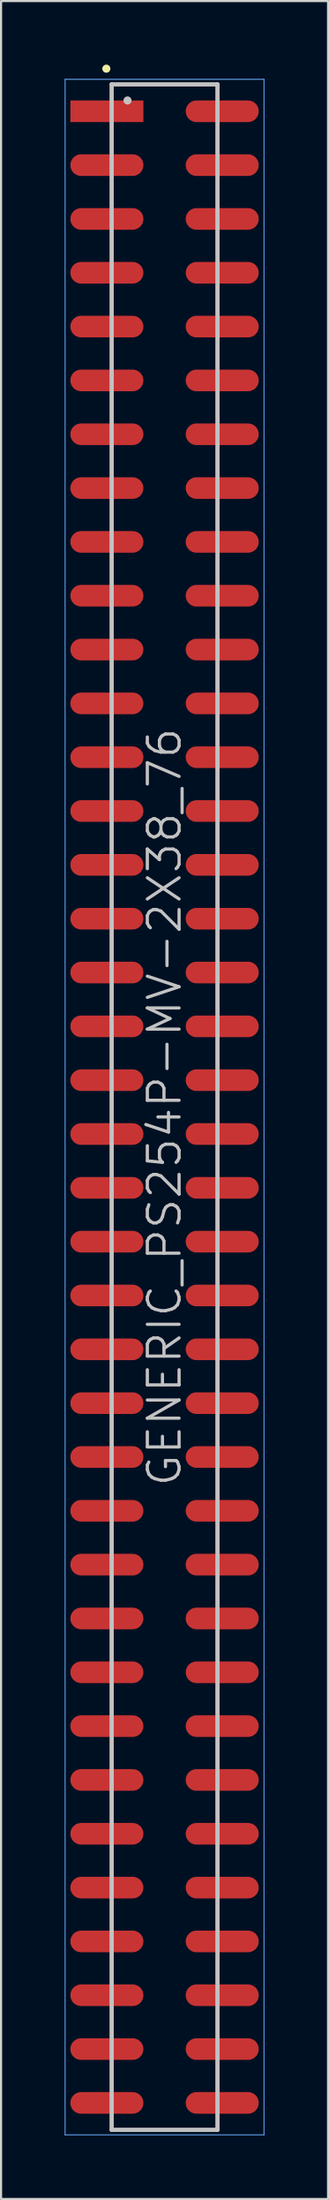
<source format=kicad_pcb>
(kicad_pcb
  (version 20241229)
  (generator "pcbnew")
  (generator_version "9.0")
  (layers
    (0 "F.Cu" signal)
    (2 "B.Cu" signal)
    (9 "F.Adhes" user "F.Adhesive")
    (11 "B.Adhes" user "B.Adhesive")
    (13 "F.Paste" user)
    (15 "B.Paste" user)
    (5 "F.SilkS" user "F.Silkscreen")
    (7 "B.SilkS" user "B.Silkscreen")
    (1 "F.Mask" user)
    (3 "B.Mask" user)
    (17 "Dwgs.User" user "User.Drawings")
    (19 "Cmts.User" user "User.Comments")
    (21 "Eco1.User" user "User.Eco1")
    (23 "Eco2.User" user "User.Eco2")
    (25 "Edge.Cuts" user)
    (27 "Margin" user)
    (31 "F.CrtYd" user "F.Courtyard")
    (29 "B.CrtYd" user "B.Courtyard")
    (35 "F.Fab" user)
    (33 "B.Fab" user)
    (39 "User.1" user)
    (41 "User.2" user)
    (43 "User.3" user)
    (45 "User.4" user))
  (footprint "GENERIC_PS254P-MV-2X38_76"
    (layer "F.Cu")
    (at 4.725 49.191)
    (property "Reference" "GENERIC_PS254P-MV-2X38_76" (at 0 0 90) (layer "Dwgs.User") (effects (font (size 1.5 1.5) (thickness 0.15))))
    (attr smd)
    (fp_line (start -2.75 -49) (end -2.75 -49) (stroke (width 0.381) (type solid)) (layer "F.SilkS"))
    (fp_line (start -2.5 -48.26) (end -2.5 48.26) (stroke (width 0.2) (type solid)) (layer "Dwgs.User"))
    (fp_line (start -2.5 -48.26) (end 2.5 -48.26) (stroke (width 0.2) (type solid)) (layer "Dwgs.User"))
    (fp_line (start -2.5 48.26) (end 2.5 48.26) (stroke (width 0.2) (type solid)) (layer "Dwgs.User"))
    (fp_line (start -1.75 -47.5) (end -1.75 -47.5) (stroke (width 0.381) (type solid)) (layer "Dwgs.User"))
    (fp_line (start 2.5 -48.26) (end 2.5 48.26) (stroke (width 0.2) (type solid)) (layer "Dwgs.User"))
    (fp_line (start -4.7 -48.5) (end -4.7 48.5) (stroke (width 0.05) (type solid)) (layer "Cmts.User"))
    (fp_line (start -4.7 -48.5) (end 4.7 -48.5) (stroke (width 0.05) (type solid)) (layer "Cmts.User"))
    (fp_line (start -4.7 48.5) (end 4.7 48.5) (stroke (width 0.05) (type solid)) (layer "Cmts.User"))
    (fp_line (start 4.7 -48.5) (end 4.7 48.5) (stroke (width 0.05) (type solid)) (layer "Cmts.User"))
    (pad "1" smd rect (at -2.725 -46.99 270) (size 1.02 3.45) (layers "F.Cu" "F.Mask" "F.Paste"))
    (pad "2" smd oval (at 2.725 -46.99 270) (size 1.02 3.45) (layers "F.Cu" "F.Mask" "F.Paste"))
    (pad "3" smd oval (at -2.725 -44.45 270) (size 1.02 3.45) (layers "F.Cu" "F.Mask" "F.Paste"))
    (pad "4" smd oval (at 2.725 -44.45 270) (size 1.02 3.45) (layers "F.Cu" "F.Mask" "F.Paste"))
    (pad "5" smd oval (at -2.725 -41.91 270) (size 1.02 3.45) (layers "F.Cu" "F.Mask" "F.Paste"))
    (pad "6" smd oval (at 2.725 -41.91 270) (size 1.02 3.45) (layers "F.Cu" "F.Mask" "F.Paste"))
    (pad "7" smd oval (at -2.725 -39.37 270) (size 1.02 3.45) (layers "F.Cu" "F.Mask" "F.Paste"))
    (pad "8" smd oval (at 2.725 -39.37 270) (size 1.02 3.45) (layers "F.Cu" "F.Mask" "F.Paste"))
    (pad "9" smd oval (at -2.725 -36.83 270) (size 1.02 3.45) (layers "F.Cu" "F.Mask" "F.Paste"))
    (pad "10" smd oval (at 2.725 -36.83 270) (size 1.02 3.45) (layers "F.Cu" "F.Mask" "F.Paste"))
    (pad "11" smd oval (at -2.725 -34.29 270) (size 1.02 3.45) (layers "F.Cu" "F.Mask" "F.Paste"))
    (pad "12" smd oval (at 2.725 -34.29 270) (size 1.02 3.45) (layers "F.Cu" "F.Mask" "F.Paste"))
    (pad "13" smd oval (at -2.725 -31.75 270) (size 1.02 3.45) (layers "F.Cu" "F.Mask" "F.Paste"))
    (pad "14" smd oval (at 2.725 -31.75 270) (size 1.02 3.45) (layers "F.Cu" "F.Mask" "F.Paste"))
    (pad "15" smd oval (at -2.725 -29.21 270) (size 1.02 3.45) (layers "F.Cu" "F.Mask" "F.Paste"))
    (pad "16" smd oval (at 2.725 -29.21 270) (size 1.02 3.45) (layers "F.Cu" "F.Mask" "F.Paste"))
    (pad "17" smd oval (at -2.725 -26.67 270) (size 1.02 3.45) (layers "F.Cu" "F.Mask" "F.Paste"))
    (pad "18" smd oval (at 2.725 -26.67 270) (size 1.02 3.45) (layers "F.Cu" "F.Mask" "F.Paste"))
    (pad "19" smd oval (at -2.725 -24.13 270) (size 1.02 3.45) (layers "F.Cu" "F.Mask" "F.Paste"))
    (pad "20" smd oval (at 2.725 -24.13 270) (size 1.02 3.45) (layers "F.Cu" "F.Mask" "F.Paste"))
    (pad "21" smd oval (at -2.725 -21.59 270) (size 1.02 3.45) (layers "F.Cu" "F.Mask" "F.Paste"))
    (pad "22" smd oval (at 2.725 -21.59 270) (size 1.02 3.45) (layers "F.Cu" "F.Mask" "F.Paste"))
    (pad "23" smd oval (at -2.725 -19.05 270) (size 1.02 3.45) (layers "F.Cu" "F.Mask" "F.Paste"))
    (pad "24" smd oval (at 2.725 -19.05 270) (size 1.02 3.45) (layers "F.Cu" "F.Mask" "F.Paste"))
    (pad "25" smd oval (at -2.725 -16.51 270) (size 1.02 3.45) (layers "F.Cu" "F.Mask" "F.Paste"))
    (pad "26" smd oval (at 2.725 -16.51 270) (size 1.02 3.45) (layers "F.Cu" "F.Mask" "F.Paste"))
    (pad "27" smd oval (at -2.725 -13.97 270) (size 1.02 3.45) (layers "F.Cu" "F.Mask" "F.Paste"))
    (pad "28" smd oval (at 2.725 -13.97 270) (size 1.02 3.45) (layers "F.Cu" "F.Mask" "F.Paste"))
    (pad "29" smd oval (at -2.725 -11.43 270) (size 1.02 3.45) (layers "F.Cu" "F.Mask" "F.Paste"))
    (pad "30" smd oval (at 2.725 -11.43 270) (size 1.02 3.45) (layers "F.Cu" "F.Mask" "F.Paste"))
    (pad "31" smd oval (at -2.725 -8.89 270) (size 1.02 3.45) (layers "F.Cu" "F.Mask" "F.Paste"))
    (pad "32" smd oval (at 2.725 -8.89 270) (size 1.02 3.45) (layers "F.Cu" "F.Mask" "F.Paste"))
    (pad "33" smd oval (at -2.725 -6.35 270) (size 1.02 3.45) (layers "F.Cu" "F.Mask" "F.Paste"))
    (pad "34" smd oval (at 2.725 -6.35 270) (size 1.02 3.45) (layers "F.Cu" "F.Mask" "F.Paste"))
    (pad "35" smd oval (at -2.725 -3.81 270) (size 1.02 3.45) (layers "F.Cu" "F.Mask" "F.Paste"))
    (pad "36" smd oval (at 2.725 -3.81 270) (size 1.02 3.45) (layers "F.Cu" "F.Mask" "F.Paste"))
    (pad "37" smd oval (at -2.725 -1.27 270) (size 1.02 3.45) (layers "F.Cu" "F.Mask" "F.Paste"))
    (pad "38" smd oval (at 2.725 -1.27 270) (size 1.02 3.45) (layers "F.Cu" "F.Mask" "F.Paste"))
    (pad "39" smd oval (at -2.725 1.27 270) (size 1.02 3.45) (layers "F.Cu" "F.Mask" "F.Paste"))
    (pad "40" smd oval (at 2.725 1.27 270) (size 1.02 3.45) (layers "F.Cu" "F.Mask" "F.Paste"))
    (pad "41" smd oval (at -2.725 3.81 270) (size 1.02 3.45) (layers "F.Cu" "F.Mask" "F.Paste"))
    (pad "42" smd oval (at 2.725 3.81 270) (size 1.02 3.45) (layers "F.Cu" "F.Mask" "F.Paste"))
    (pad "43" smd oval (at -2.725 6.35 270) (size 1.02 3.45) (layers "F.Cu" "F.Mask" "F.Paste"))
    (pad "44" smd oval (at 2.725 6.35 270) (size 1.02 3.45) (layers "F.Cu" "F.Mask" "F.Paste"))
    (pad "45" smd oval (at -2.725 8.89 270) (size 1.02 3.45) (layers "F.Cu" "F.Mask" "F.Paste"))
    (pad "46" smd oval (at 2.725 8.89 270) (size 1.02 3.45) (layers "F.Cu" "F.Mask" "F.Paste"))
    (pad "47" smd oval (at -2.725 11.43 270) (size 1.02 3.45) (layers "F.Cu" "F.Mask" "F.Paste"))
    (pad "48" smd oval (at 2.725 11.43 270) (size 1.02 3.45) (layers "F.Cu" "F.Mask" "F.Paste"))
    (pad "49" smd oval (at -2.725 13.97 270) (size 1.02 3.45) (layers "F.Cu" "F.Mask" "F.Paste"))
    (pad "50" smd oval (at 2.725 13.97 270) (size 1.02 3.45) (layers "F.Cu" "F.Mask" "F.Paste"))
    (pad "51" smd oval (at -2.725 16.51 270) (size 1.02 3.45) (layers "F.Cu" "F.Mask" "F.Paste"))
    (pad "52" smd oval (at 2.725 16.51 270) (size 1.02 3.45) (layers "F.Cu" "F.Mask" "F.Paste"))
    (pad "53" smd oval (at -2.725 19.05 270) (size 1.02 3.45) (layers "F.Cu" "F.Mask" "F.Paste"))
    (pad "54" smd oval (at 2.725 19.05 270) (size 1.02 3.45) (layers "F.Cu" "F.Mask" "F.Paste"))
    (pad "55" smd oval (at -2.725 21.59 270) (size 1.02 3.45) (layers "F.Cu" "F.Mask" "F.Paste"))
    (pad "56" smd oval (at 2.725 21.59 270) (size 1.02 3.45) (layers "F.Cu" "F.Mask" "F.Paste"))
    (pad "57" smd oval (at -2.725 24.13 270) (size 1.02 3.45) (layers "F.Cu" "F.Mask" "F.Paste"))
    (pad "58" smd oval (at 2.725 24.13 270) (size 1.02 3.45) (layers "F.Cu" "F.Mask" "F.Paste"))
    (pad "59" smd oval (at -2.725 26.67 270) (size 1.02 3.45) (layers "F.Cu" "F.Mask" "F.Paste"))
    (pad "60" smd oval (at 2.725 26.67 270) (size 1.02 3.45) (layers "F.Cu" "F.Mask" "F.Paste"))
    (pad "61" smd oval (at -2.725 29.21 270) (size 1.02 3.45) (layers "F.Cu" "F.Mask" "F.Paste"))
    (pad "62" smd oval (at 2.725 29.21 270) (size 1.02 3.45) (layers "F.Cu" "F.Mask" "F.Paste"))
    (pad "63" smd oval (at -2.725 31.75 270) (size 1.02 3.45) (layers "F.Cu" "F.Mask" "F.Paste"))
    (pad "64" smd oval (at 2.725 31.75 270) (size 1.02 3.45) (layers "F.Cu" "F.Mask" "F.Paste"))
    (pad "65" smd oval (at -2.725 34.29 270) (size 1.02 3.45) (layers "F.Cu" "F.Mask" "F.Paste"))
    (pad "66" smd oval (at 2.725 34.29 270) (size 1.02 3.45) (layers "F.Cu" "F.Mask" "F.Paste"))
    (pad "67" smd oval (at -2.725 36.83 270) (size 1.02 3.45) (layers "F.Cu" "F.Mask" "F.Paste"))
    (pad "68" smd oval (at 2.725 36.83 270) (size 1.02 3.45) (layers "F.Cu" "F.Mask" "F.Paste"))
    (pad "69" smd oval (at -2.725 39.37 270) (size 1.02 3.45) (layers "F.Cu" "F.Mask" "F.Paste"))
    (pad "70" smd oval (at 2.725 39.37 270) (size 1.02 3.45) (layers "F.Cu" "F.Mask" "F.Paste"))
    (pad "71" smd oval (at -2.725 41.91 270) (size 1.02 3.45) (layers "F.Cu" "F.Mask" "F.Paste"))
    (pad "72" smd oval (at 2.725 41.91 270) (size 1.02 3.45) (layers "F.Cu" "F.Mask" "F.Paste"))
    (pad "73" smd oval (at -2.725 44.45 270) (size 1.02 3.45) (layers "F.Cu" "F.Mask" "F.Paste"))
    (pad "74" smd oval (at 2.725 44.45 270) (size 1.02 3.45) (layers "F.Cu" "F.Mask" "F.Paste"))
    (pad "75" smd oval (at -2.725 46.99 270) (size 1.02 3.45) (layers "F.Cu" "F.Mask" "F.Paste"))
    (pad "76" smd oval (at 2.725 46.99 270) (size 1.02 3.45) (layers "F.Cu" "F.Mask" "F.Paste")))
  (gr_rect
    (start -3 -3)
    (end 12.45 100.716)
    (stroke (width 0.1) (type default))
    (fill no)
    (layer "Edge.Cuts")))
</source>
